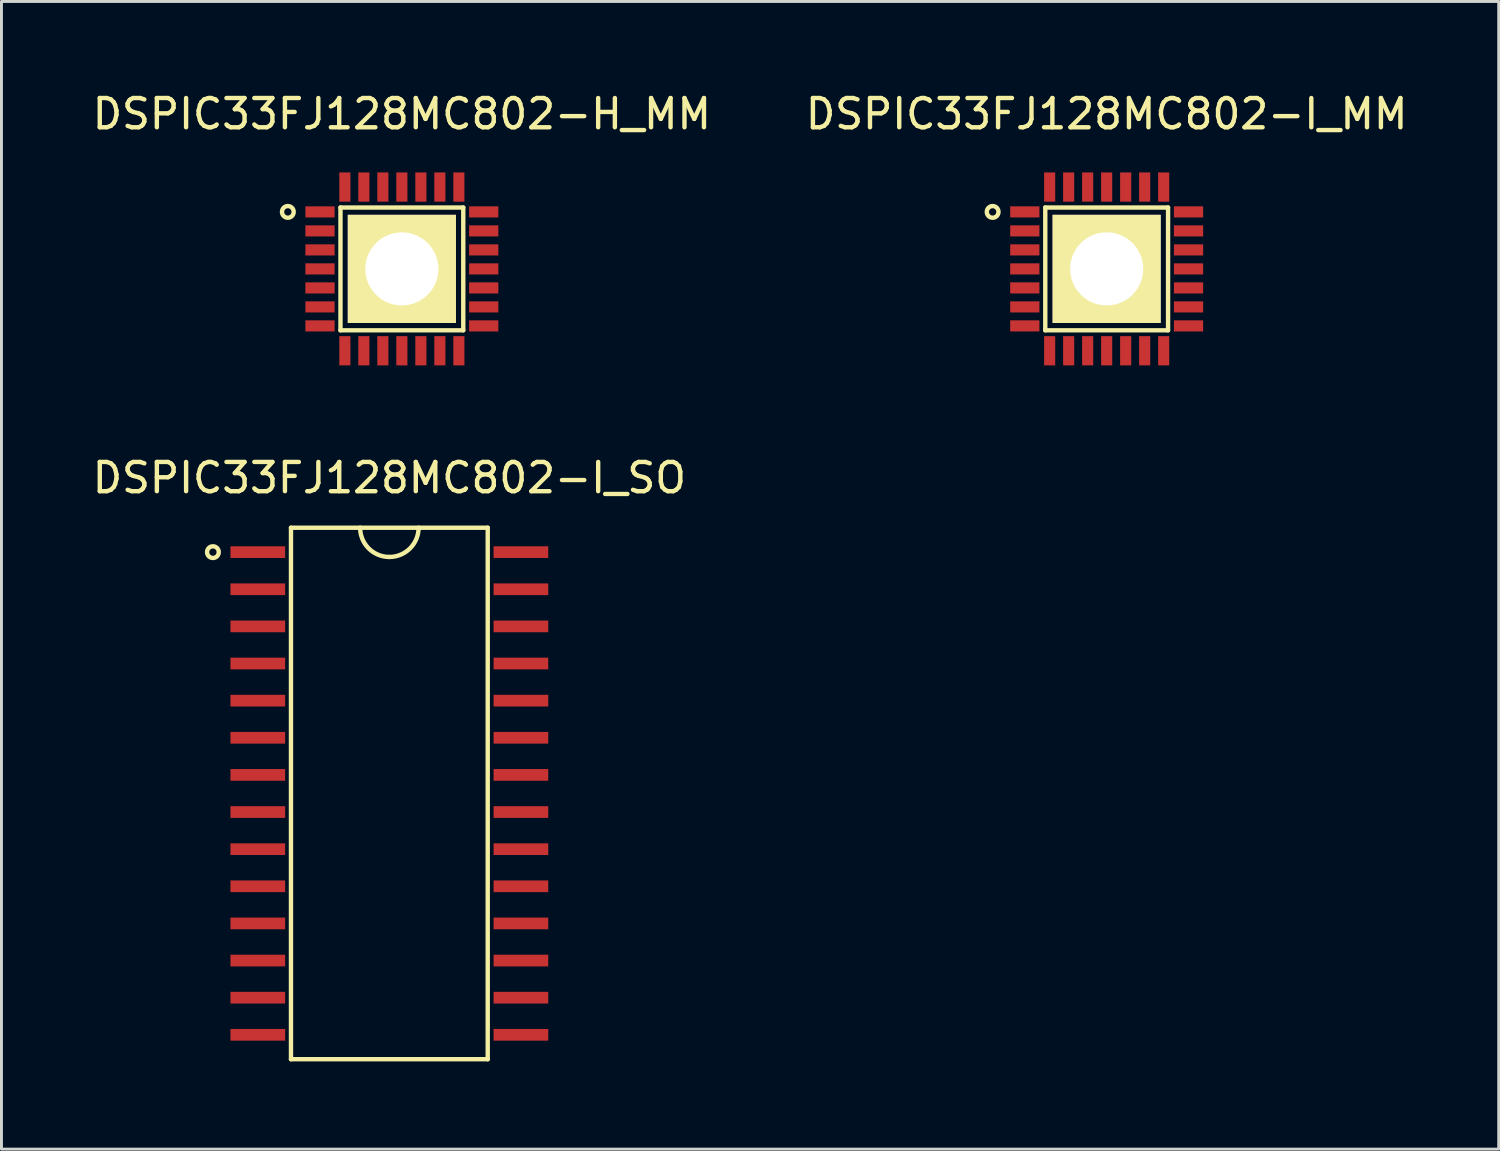
<source format=kicad_pcb>
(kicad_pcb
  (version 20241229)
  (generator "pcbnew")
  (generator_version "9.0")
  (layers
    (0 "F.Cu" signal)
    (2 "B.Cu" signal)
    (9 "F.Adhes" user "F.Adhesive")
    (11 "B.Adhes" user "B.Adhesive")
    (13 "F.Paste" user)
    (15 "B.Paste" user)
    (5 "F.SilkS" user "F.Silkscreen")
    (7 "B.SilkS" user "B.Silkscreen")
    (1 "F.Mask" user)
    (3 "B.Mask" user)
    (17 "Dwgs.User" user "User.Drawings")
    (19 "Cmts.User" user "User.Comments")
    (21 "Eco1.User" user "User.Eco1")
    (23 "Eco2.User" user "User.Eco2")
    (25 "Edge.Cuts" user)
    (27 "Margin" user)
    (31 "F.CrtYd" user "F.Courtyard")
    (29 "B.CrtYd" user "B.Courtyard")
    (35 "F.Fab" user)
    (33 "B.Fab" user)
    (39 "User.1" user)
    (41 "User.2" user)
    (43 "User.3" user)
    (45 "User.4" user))
  (footprint "DSPIC33FJ128MC802-I_MM"
    (layer "F.Cu")
    (at 32.004 3.348)
    (property "Reference" "DSPIC33FJ128MC802-I_MM" (at 2.8 -2.5 0) (layer "F.SilkS") (effects (font (size 1 1) (thickness 0.15))))
    (attr through_hole)
    (fp_line (start 0.7 0.7) (end 0.7 4.9) (stroke (width 0.15) (type solid)) (layer "F.SilkS"))
    (fp_line (start 0.7 0.7) (end 4.9 0.7) (stroke (width 0.15) (type solid)) (layer "F.SilkS"))
    (fp_line (start 0.7 4.9) (end 4.9 4.9) (stroke (width 0.15) (type solid)) (layer "F.SilkS"))
    (fp_line (start 4.9 4.9) (end 4.9 0.7) (stroke (width 0.15) (type solid)) (layer "F.SilkS"))
    (fp_circle (center -1.1 0.85) (end -1.1 0.65) (stroke (width 0.15) (type solid)) (fill no) (layer "F.SilkS"))
    (fp_circle (center 1.7 1.7) (end 1.7 1.2) (stroke (width 0.15) (type solid)) (fill no) (layer "F.SilkS"))
    (pad "1" smd rect (at 0 0.85) (size 1 0.38) (layers "F.Cu" "F.Mask" "F.Paste"))
    (pad "2" smd rect (at 0 1.5) (size 1 0.38) (layers "F.Cu" "F.Mask" "F.Paste"))
    (pad "3" smd rect (at 0 2.15) (size 1 0.38) (layers "F.Cu" "F.Mask" "F.Paste"))
    (pad "4" smd rect (at 0 2.8) (size 1 0.38) (layers "F.Cu" "F.Mask" "F.Paste"))
    (pad "5" smd rect (at 0 3.45) (size 1 0.38) (layers "F.Cu" "F.Mask" "F.Paste"))
    (pad "6" smd rect (at 0 4.1) (size 1 0.38) (layers "F.Cu" "F.Mask" "F.Paste"))
    (pad "7" smd rect (at 0 4.75) (size 1 0.38) (layers "F.Cu" "F.Mask" "F.Paste"))
    (pad "8" smd rect (at 0.85 5.6) (size 0.38 1) (layers "F.Cu" "F.Mask" "F.Paste"))
    (pad "9" smd rect (at 1.5 5.6) (size 0.38 1) (layers "F.Cu" "F.Mask" "F.Paste"))
    (pad "10" smd rect (at 2.15 5.6) (size 0.38 1) (layers "F.Cu" "F.Mask" "F.Paste"))
    (pad "11" smd rect (at 2.8 5.6) (size 0.38 1) (layers "F.Cu" "F.Mask" "F.Paste"))
    (pad "12" smd rect (at 3.45 5.6) (size 0.38 1) (layers "F.Cu" "F.Mask" "F.Paste"))
    (pad "13" smd rect (at 4.1 5.6) (size 0.38 1) (layers "F.Cu" "F.Mask" "F.Paste"))
    (pad "14" smd rect (at 4.75 5.6) (size 0.38 1) (layers "F.Cu" "F.Mask" "F.Paste"))
    (pad "15" smd rect (at 5.6 4.75) (size 1 0.38) (layers "F.Cu" "F.Mask" "F.Paste"))
    (pad "16" smd rect (at 5.6 4.1) (size 1 0.38) (layers "F.Cu" "F.Mask" "F.Paste"))
    (pad "17" smd rect (at 5.6 3.45) (size 1 0.38) (layers "F.Cu" "F.Mask" "F.Paste"))
    (pad "18" smd rect (at 5.6 2.8) (size 1 0.38) (layers "F.Cu" "F.Mask" "F.Paste"))
    (pad "19" smd rect (at 5.6 2.15) (size 1 0.38) (layers "F.Cu" "F.Mask" "F.Paste"))
    (pad "20" smd rect (at 5.6 1.5) (size 1 0.38) (layers "F.Cu" "F.Mask" "F.Paste"))
    (pad "21" smd rect (at 5.6 0.85) (size 1 0.38) (layers "F.Cu" "F.Mask" "F.Paste"))
    (pad "22" smd rect (at 4.75 0) (size 0.38 1) (layers "F.Cu" "F.Mask" "F.Paste"))
    (pad "23" smd rect (at 4.1 0) (size 0.38 1) (layers "F.Cu" "F.Mask" "F.Paste"))
    (pad "24" smd rect (at 3.45 0) (size 0.38 1) (layers "F.Cu" "F.Mask" "F.Paste"))
    (pad "25" smd rect (at 2.8 0) (size 0.38 1) (layers "F.Cu" "F.Mask" "F.Paste"))
    (pad "26" smd rect (at 2.15 0) (size 0.38 1) (layers "F.Cu" "F.Mask" "F.Paste"))
    (pad "27" smd rect (at 1.5 0) (size 0.38 1) (layers "F.Cu" "F.Mask" "F.Paste"))
    (pad "28" smd rect (at 0.85 0) (size 0.38 1) (layers "F.Cu" "F.Mask" "F.Paste"))
    (pad "999" thru_hole rect (at 2.8 2.8) (size 3.7 3.7) (drill 2.5) (layers "*.Cu" "*.Mask" "F.SilkS")))
  (footprint "DSPIC33FJ128MC802-I_SO"
    (layer "F.Cu")
    (at 5.768 15.836)
    (property "Reference" "DSPIC33FJ128MC802-I_SO" (at 4.5 -2.54 0) (layer "F.SilkS") (effects (font (size 1 1) (thickness 0.15))))
    (attr through_hole)
    (fp_line (start 1.135 -0.835) (end 7.865 -0.835) (stroke (width 0.15) (type solid)) (layer "F.SilkS"))
    (fp_line (start 1.135 17.345) (end 1.135 -0.835) (stroke (width 0.15) (type solid)) (layer "F.SilkS"))
    (fp_line (start 7.865 -0.835) (end 7.865 17.345) (stroke (width 0.15) (type solid)) (layer "F.SilkS"))
    (fp_line (start 7.865 17.345) (end 1.135 17.345) (stroke (width 0.15) (type solid)) (layer "F.SilkS"))
    (fp_arc (start 4.5 0.165) (mid 3.792893 -0.127893) (end 3.5 -0.835) (stroke (width 0.15) (type solid)) (layer "F.SilkS"))
    (fp_arc (start 5.5 -0.835) (mid 5.207107 -0.127893) (end 4.5 0.165) (stroke (width 0.15) (type solid)) (layer "F.SilkS"))
    (fp_circle (center -1.535 0) (end -1.535 0.2) (stroke (width 0.15) (type solid)) (fill no) (layer "F.SilkS"))
    (pad "1" smd rect (at 0 0) (size 1.87 0.4) (layers "F.Cu" "F.Mask" "F.Paste"))
    (pad "2" smd rect (at 0 1.27) (size 1.87 0.4) (layers "F.Cu" "F.Mask" "F.Paste"))
    (pad "3" smd rect (at 0 2.54) (size 1.87 0.4) (layers "F.Cu" "F.Mask" "F.Paste"))
    (pad "4" smd rect (at 0 3.81) (size 1.87 0.4) (layers "F.Cu" "F.Mask" "F.Paste"))
    (pad "5" smd rect (at 0 5.08) (size 1.87 0.4) (layers "F.Cu" "F.Mask" "F.Paste"))
    (pad "6" smd rect (at 0 6.35) (size 1.87 0.4) (layers "F.Cu" "F.Mask" "F.Paste"))
    (pad "7" smd rect (at 0 7.62) (size 1.87 0.4) (layers "F.Cu" "F.Mask" "F.Paste"))
    (pad "8" smd rect (at 0 8.89) (size 1.87 0.4) (layers "F.Cu" "F.Mask" "F.Paste"))
    (pad "9" smd rect (at 0 10.16) (size 1.87 0.4) (layers "F.Cu" "F.Mask" "F.Paste"))
    (pad "10" smd rect (at 0 11.43) (size 1.87 0.4) (layers "F.Cu" "F.Mask" "F.Paste"))
    (pad "11" smd rect (at 0 12.7) (size 1.87 0.4) (layers "F.Cu" "F.Mask" "F.Paste"))
    (pad "12" smd rect (at 0 13.97) (size 1.87 0.4) (layers "F.Cu" "F.Mask" "F.Paste"))
    (pad "13" smd rect (at 0 15.24) (size 1.87 0.4) (layers "F.Cu" "F.Mask" "F.Paste"))
    (pad "14" smd rect (at 0 16.51) (size 1.87 0.4) (layers "F.Cu" "F.Mask" "F.Paste"))
    (pad "15" smd rect (at 9 16.51) (size 1.87 0.4) (layers "F.Cu" "F.Mask" "F.Paste"))
    (pad "16" smd rect (at 9 15.24) (size 1.87 0.4) (layers "F.Cu" "F.Mask" "F.Paste"))
    (pad "17" smd rect (at 9 13.97) (size 1.87 0.4) (layers "F.Cu" "F.Mask" "F.Paste"))
    (pad "18" smd rect (at 9 12.7) (size 1.87 0.4) (layers "F.Cu" "F.Mask" "F.Paste"))
    (pad "19" smd rect (at 9 11.43) (size 1.87 0.4) (layers "F.Cu" "F.Mask" "F.Paste"))
    (pad "20" smd rect (at 9 10.16) (size 1.87 0.4) (layers "F.Cu" "F.Mask" "F.Paste"))
    (pad "21" smd rect (at 9 8.89) (size 1.87 0.4) (layers "F.Cu" "F.Mask" "F.Paste"))
    (pad "22" smd rect (at 9 7.62) (size 1.87 0.4) (layers "F.Cu" "F.Mask" "F.Paste"))
    (pad "23" smd rect (at 9 6.35) (size 1.87 0.4) (layers "F.Cu" "F.Mask" "F.Paste"))
    (pad "24" smd rect (at 9 5.08) (size 1.87 0.4) (layers "F.Cu" "F.Mask" "F.Paste"))
    (pad "25" smd rect (at 9 3.81) (size 1.87 0.4) (layers "F.Cu" "F.Mask" "F.Paste"))
    (pad "26" smd rect (at 9 2.54) (size 1.87 0.4) (layers "F.Cu" "F.Mask" "F.Paste"))
    (pad "27" smd rect (at 9 1.27) (size 1.87 0.4) (layers "F.Cu" "F.Mask" "F.Paste"))
    (pad "28" smd rect (at 9 0) (size 1.87 0.4) (layers "F.Cu" "F.Mask" "F.Paste")))
  (footprint "DSPIC33FJ128MC802-H_MM"
    (layer "F.Cu")
    (at 7.896 3.348)
    (property "Reference" "DSPIC33FJ128MC802-H_MM" (at 2.8 -2.5 0) (layer "F.SilkS") (effects (font (size 1 1) (thickness 0.15))))
    (attr through_hole)
    (fp_line (start 0.7 0.7) (end 0.7 4.9) (stroke (width 0.15) (type solid)) (layer "F.SilkS"))
    (fp_line (start 0.7 0.7) (end 4.9 0.7) (stroke (width 0.15) (type solid)) (layer "F.SilkS"))
    (fp_line (start 0.7 4.9) (end 4.9 4.9) (stroke (width 0.15) (type solid)) (layer "F.SilkS"))
    (fp_line (start 4.9 4.9) (end 4.9 0.7) (stroke (width 0.15) (type solid)) (layer "F.SilkS"))
    (fp_circle (center -1.1 0.85) (end -1.1 0.65) (stroke (width 0.15) (type solid)) (fill no) (layer "F.SilkS"))
    (fp_circle (center 1.7 1.7) (end 1.7 1.2) (stroke (width 0.15) (type solid)) (fill no) (layer "F.SilkS"))
    (pad "1" smd rect (at 0 0.85) (size 1 0.38) (layers "F.Cu" "F.Mask" "F.Paste"))
    (pad "2" smd rect (at 0 1.5) (size 1 0.38) (layers "F.Cu" "F.Mask" "F.Paste"))
    (pad "3" smd rect (at 0 2.15) (size 1 0.38) (layers "F.Cu" "F.Mask" "F.Paste"))
    (pad "4" smd rect (at 0 2.8) (size 1 0.38) (layers "F.Cu" "F.Mask" "F.Paste"))
    (pad "5" smd rect (at 0 3.45) (size 1 0.38) (layers "F.Cu" "F.Mask" "F.Paste"))
    (pad "6" smd rect (at 0 4.1) (size 1 0.38) (layers "F.Cu" "F.Mask" "F.Paste"))
    (pad "7" smd rect (at 0 4.75) (size 1 0.38) (layers "F.Cu" "F.Mask" "F.Paste"))
    (pad "8" smd rect (at 0.85 5.6) (size 0.38 1) (layers "F.Cu" "F.Mask" "F.Paste"))
    (pad "9" smd rect (at 1.5 5.6) (size 0.38 1) (layers "F.Cu" "F.Mask" "F.Paste"))
    (pad "10" smd rect (at 2.15 5.6) (size 0.38 1) (layers "F.Cu" "F.Mask" "F.Paste"))
    (pad "11" smd rect (at 2.8 5.6) (size 0.38 1) (layers "F.Cu" "F.Mask" "F.Paste"))
    (pad "12" smd rect (at 3.45 5.6) (size 0.38 1) (layers "F.Cu" "F.Mask" "F.Paste"))
    (pad "13" smd rect (at 4.1 5.6) (size 0.38 1) (layers "F.Cu" "F.Mask" "F.Paste"))
    (pad "14" smd rect (at 4.75 5.6) (size 0.38 1) (layers "F.Cu" "F.Mask" "F.Paste"))
    (pad "15" smd rect (at 5.6 4.75) (size 1 0.38) (layers "F.Cu" "F.Mask" "F.Paste"))
    (pad "16" smd rect (at 5.6 4.1) (size 1 0.38) (layers "F.Cu" "F.Mask" "F.Paste"))
    (pad "17" smd rect (at 5.6 3.45) (size 1 0.38) (layers "F.Cu" "F.Mask" "F.Paste"))
    (pad "18" smd rect (at 5.6 2.8) (size 1 0.38) (layers "F.Cu" "F.Mask" "F.Paste"))
    (pad "19" smd rect (at 5.6 2.15) (size 1 0.38) (layers "F.Cu" "F.Mask" "F.Paste"))
    (pad "20" smd rect (at 5.6 1.5) (size 1 0.38) (layers "F.Cu" "F.Mask" "F.Paste"))
    (pad "21" smd rect (at 5.6 0.85) (size 1 0.38) (layers "F.Cu" "F.Mask" "F.Paste"))
    (pad "22" smd rect (at 4.75 0) (size 0.38 1) (layers "F.Cu" "F.Mask" "F.Paste"))
    (pad "23" smd rect (at 4.1 0) (size 0.38 1) (layers "F.Cu" "F.Mask" "F.Paste"))
    (pad "24" smd rect (at 3.45 0) (size 0.38 1) (layers "F.Cu" "F.Mask" "F.Paste"))
    (pad "25" smd rect (at 2.8 0) (size 0.38 1) (layers "F.Cu" "F.Mask" "F.Paste"))
    (pad "26" smd rect (at 2.15 0) (size 0.38 1) (layers "F.Cu" "F.Mask" "F.Paste"))
    (pad "27" smd rect (at 1.5 0) (size 0.38 1) (layers "F.Cu" "F.Mask" "F.Paste"))
    (pad "28" smd rect (at 0.85 0) (size 0.38 1) (layers "F.Cu" "F.Mask" "F.Paste"))
    (pad "999" thru_hole rect (at 2.8 2.8) (size 3.7 3.7) (drill 2.5) (layers "*.Cu" "*.Mask" "F.SilkS")))
  (gr_rect
    (start -3 -3)
    (end 48.214 36.257)
    (stroke (width 0.1) (type default))
    (fill no)
    (layer "Edge.Cuts")))
</source>
